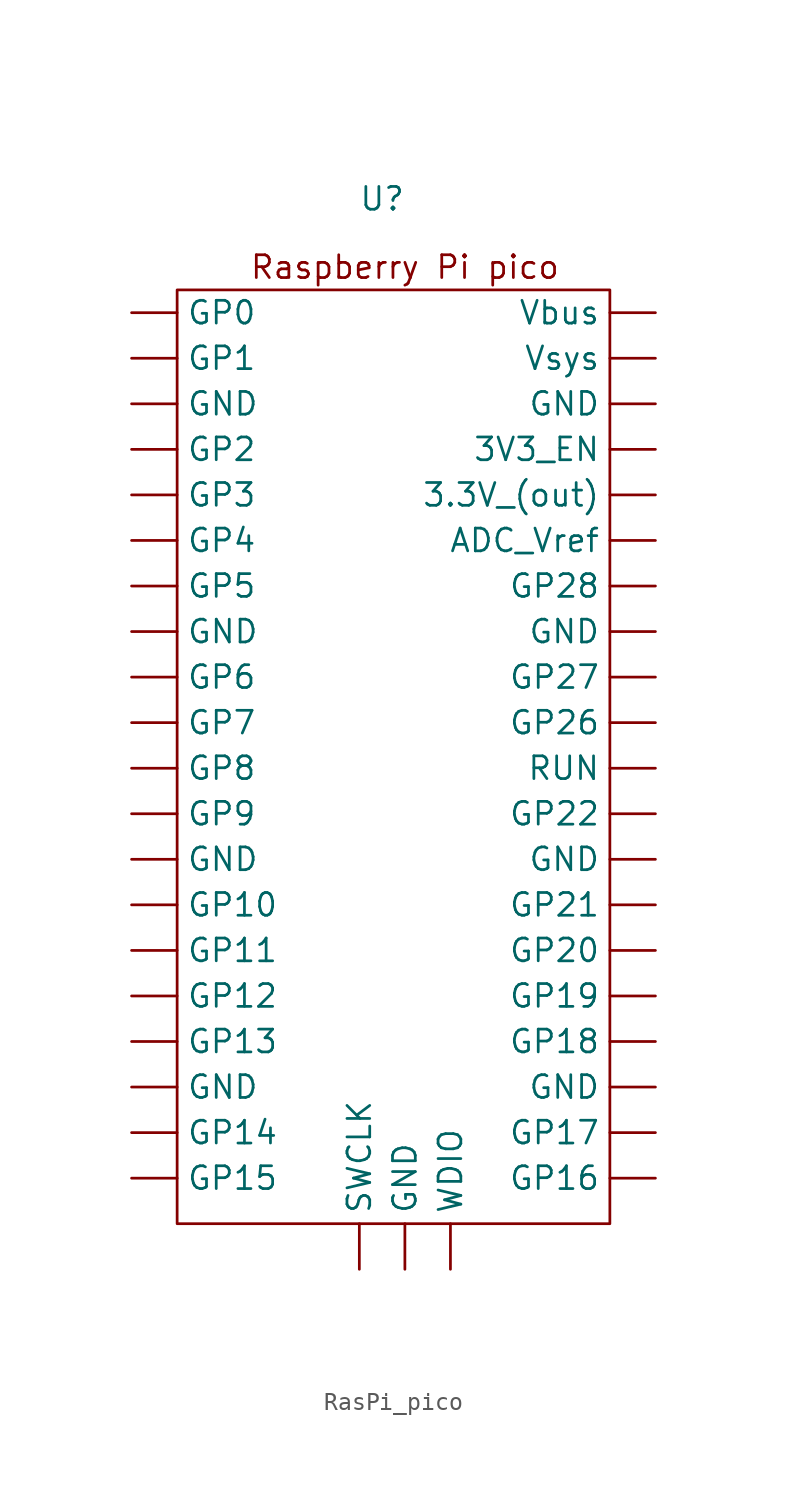
<source format=kicad_sym>
(kicad_symbol_lib
  (version 20220914)
  (generator kicad_symbol_editor)
  (symbol "RasPi_pico"
    (property "Reference" "U"
      (at 0 5.08 0)
      (effects (font (size 1.27 1.27))))
    (property "Value" ""
      (at 5.08 1.27 0)
      (effects (font (size 1.27 1.27))))
    (symbol "RasPi_pico_0_1"
      (rectangle (start -11.43 0) (end 12.7 -52.07) (stroke (width 0) (type default)) (fill (type none))))
    (symbol "RasPi_pico_1_1"
      (text "Raspberry Pi pico" (at 1.27 1.27 0) (effects (font (size 1.27 1.27))))
      (pin power_out line (at 15.24 -11.43 180) (length 2.54) (name "3.3V_(out)" (effects (font (size 1.27 1.27)))) (number "" (effects (font (size 1.27 1.27)))))
      (pin input line (at 15.24 -8.89 180) (length 2.54) (name "3V3_EN" (effects (font (size 1.27 1.27)))) (number "" (effects (font (size 1.27 1.27)))))
      (pin power_in line (at 15.24 -13.97 180) (length 2.54) (name "ADC_Vref" (effects (font (size 1.27 1.27)))) (number "" (effects (font (size 1.27 1.27)))))
      (pin power_in line (at -13.97 -44.45 0) (length 2.54) (name "GND" (effects (font (size 1.27 1.27)))) (number "" (effects (font (size 1.27 1.27)))))
      (pin power_in line (at -13.97 -31.75 0) (length 2.54) (name "GND" (effects (font (size 1.27 1.27)))) (number "" (effects (font (size 1.27 1.27)))))
      (pin power_in line (at -13.97 -19.05 0) (length 2.54) (name "GND" (effects (font (size 1.27 1.27)))) (number "" (effects (font (size 1.27 1.27)))))
      (pin power_in line (at -13.97 -6.35 0) (length 2.54) (name "GND" (effects (font (size 1.27 1.27)))) (number "" (effects (font (size 1.27 1.27)))))
      (pin input line (at 1.27 -54.61 90) (length 2.54) (name "GND" (effects (font (size 1.27 1.27)))) (number "" (effects (font (size 1.27 1.27)))))
      (pin power_out line (at 15.24 -44.45 180) (length 2.54) (name "GND" (effects (font (size 1.27 1.27)))) (number "" (effects (font (size 1.27 1.27)))))
      (pin power_out line (at 15.24 -31.75 180) (length 2.54) (name "GND" (effects (font (size 1.27 1.27)))) (number "" (effects (font (size 1.27 1.27)))))
      (pin power_out line (at 15.24 -19.05 180) (length 2.54) (name "GND" (effects (font (size 1.27 1.27)))) (number "" (effects (font (size 1.27 1.27)))))
      (pin power_in line (at 15.24 -6.35 180) (length 2.54) (name "GND" (effects (font (size 1.27 1.27)))) (number "" (effects (font (size 1.27 1.27)))))
      (pin bidirectional line (at -13.97 -1.27 0) (length 2.54) (name "GP0" (effects (font (size 1.27 1.27)))) (number "" (effects (font (size 1.27 1.27)))))
      (pin bidirectional line (at -13.97 -3.81 0) (length 2.54) (name "GP1" (effects (font (size 1.27 1.27)))) (number "" (effects (font (size 1.27 1.27)))))
      (pin bidirectional line (at -13.97 -34.29 0) (length 2.54) (name "GP10" (effects (font (size 1.27 1.27)))) (number "" (effects (font (size 1.27 1.27)))))
      (pin bidirectional line (at -13.97 -36.83 0) (length 2.54) (name "GP11" (effects (font (size 1.27 1.27)))) (number "" (effects (font (size 1.27 1.27)))))
      (pin bidirectional line (at -13.97 -39.37 0) (length 2.54) (name "GP12" (effects (font (size 1.27 1.27)))) (number "" (effects (font (size 1.27 1.27)))))
      (pin bidirectional line (at -13.97 -41.91 0) (length 2.54) (name "GP13" (effects (font (size 1.27 1.27)))) (number "" (effects (font (size 1.27 1.27)))))
      (pin bidirectional line (at -13.97 -46.99 0) (length 2.54) (name "GP14" (effects (font (size 1.27 1.27)))) (number "" (effects (font (size 1.27 1.27)))))
      (pin bidirectional line (at -13.97 -49.53 0) (length 2.54) (name "GP15" (effects (font (size 1.27 1.27)))) (number "" (effects (font (size 1.27 1.27)))))
      (pin bidirectional line (at 15.24 -49.53 180) (length 2.54) (name "GP16" (effects (font (size 1.27 1.27)))) (number "" (effects (font (size 1.27 1.27)))))
      (pin bidirectional line (at 15.24 -46.99 180) (length 2.54) (name "GP17" (effects (font (size 1.27 1.27)))) (number "" (effects (font (size 1.27 1.27)))))
      (pin bidirectional line (at 15.24 -41.91 180) (length 2.54) (name "GP18" (effects (font (size 1.27 1.27)))) (number "" (effects (font (size 1.27 1.27)))))
      (pin bidirectional line (at 15.24 -39.37 180) (length 2.54) (name "GP19" (effects (font (size 1.27 1.27)))) (number "" (effects (font (size 1.27 1.27)))))
      (pin bidirectional line (at -13.97 -8.89 0) (length 2.54) (name "GP2" (effects (font (size 1.27 1.27)))) (number "" (effects (font (size 1.27 1.27)))))
      (pin bidirectional line (at 15.24 -36.83 180) (length 2.54) (name "GP20" (effects (font (size 1.27 1.27)))) (number "" (effects (font (size 1.27 1.27)))))
      (pin bidirectional line (at 15.24 -34.29 180) (length 2.54) (name "GP21" (effects (font (size 1.27 1.27)))) (number "" (effects (font (size 1.27 1.27)))))
      (pin bidirectional line (at 15.24 -29.21 180) (length 2.54) (name "GP22" (effects (font (size 1.27 1.27)))) (number "" (effects (font (size 1.27 1.27)))))
      (pin bidirectional line (at 15.24 -24.13 180) (length 2.54) (name "GP26" (effects (font (size 1.27 1.27)))) (number "" (effects (font (size 1.27 1.27)))))
      (pin bidirectional line (at 15.24 -21.59 180) (length 2.54) (name "GP27" (effects (font (size 1.27 1.27)))) (number "" (effects (font (size 1.27 1.27)))))
      (pin bidirectional line (at 15.24 -16.51 180) (length 2.54) (name "GP28" (effects (font (size 1.27 1.27)))) (number "" (effects (font (size 1.27 1.27)))))
      (pin bidirectional line (at -13.97 -11.43 0) (length 2.54) (name "GP3" (effects (font (size 1.27 1.27)))) (number "" (effects (font (size 1.27 1.27)))))
      (pin bidirectional line (at -13.97 -13.97 0) (length 2.54) (name "GP4" (effects (font (size 1.27 1.27)))) (number "" (effects (font (size 1.27 1.27)))))
      (pin bidirectional line (at -13.97 -16.51 0) (length 2.54) (name "GP5" (effects (font (size 1.27 1.27)))) (number "" (effects (font (size 1.27 1.27)))))
      (pin bidirectional line (at -13.97 -21.59 0) (length 2.54) (name "GP6" (effects (font (size 1.27 1.27)))) (number "" (effects (font (size 1.27 1.27)))))
      (pin bidirectional line (at -13.97 -24.13 0) (length 2.54) (name "GP7" (effects (font (size 1.27 1.27)))) (number "" (effects (font (size 1.27 1.27)))))
      (pin bidirectional line (at -13.97 -26.67 0) (length 2.54) (name "GP8" (effects (font (size 1.27 1.27)))) (number "" (effects (font (size 1.27 1.27)))))
      (pin bidirectional line (at -13.97 -29.21 0) (length 2.54) (name "GP9" (effects (font (size 1.27 1.27)))) (number "" (effects (font (size 1.27 1.27)))))
      (pin input line (at 15.24 -26.67 180) (length 2.54) (name "RUN" (effects (font (size 1.27 1.27)))) (number "" (effects (font (size 1.27 1.27)))))
      (pin bidirectional line (at -1.27 -54.61 90) (length 2.54) (name "SWCLK" (effects (font (size 1.27 1.27)))) (number "" (effects (font (size 1.27 1.27)))))
      (pin power_in line (at 15.24 -1.27 180) (length 2.54) (name "Vbus" (effects (font (size 1.27 1.27)))) (number "" (effects (font (size 1.27 1.27)))))
      (pin power_in line (at 15.24 -3.81 180) (length 2.54) (name "Vsys" (effects (font (size 1.27 1.27)))) (number "" (effects (font (size 1.27 1.27)))))
      (pin bidirectional line (at 3.81 -54.61 90) (length 2.54) (name "WDIO" (effects (font (size 1.27 1.27)))) (number "" (effects (font (size 1.27 1.27))))))))
</source>
